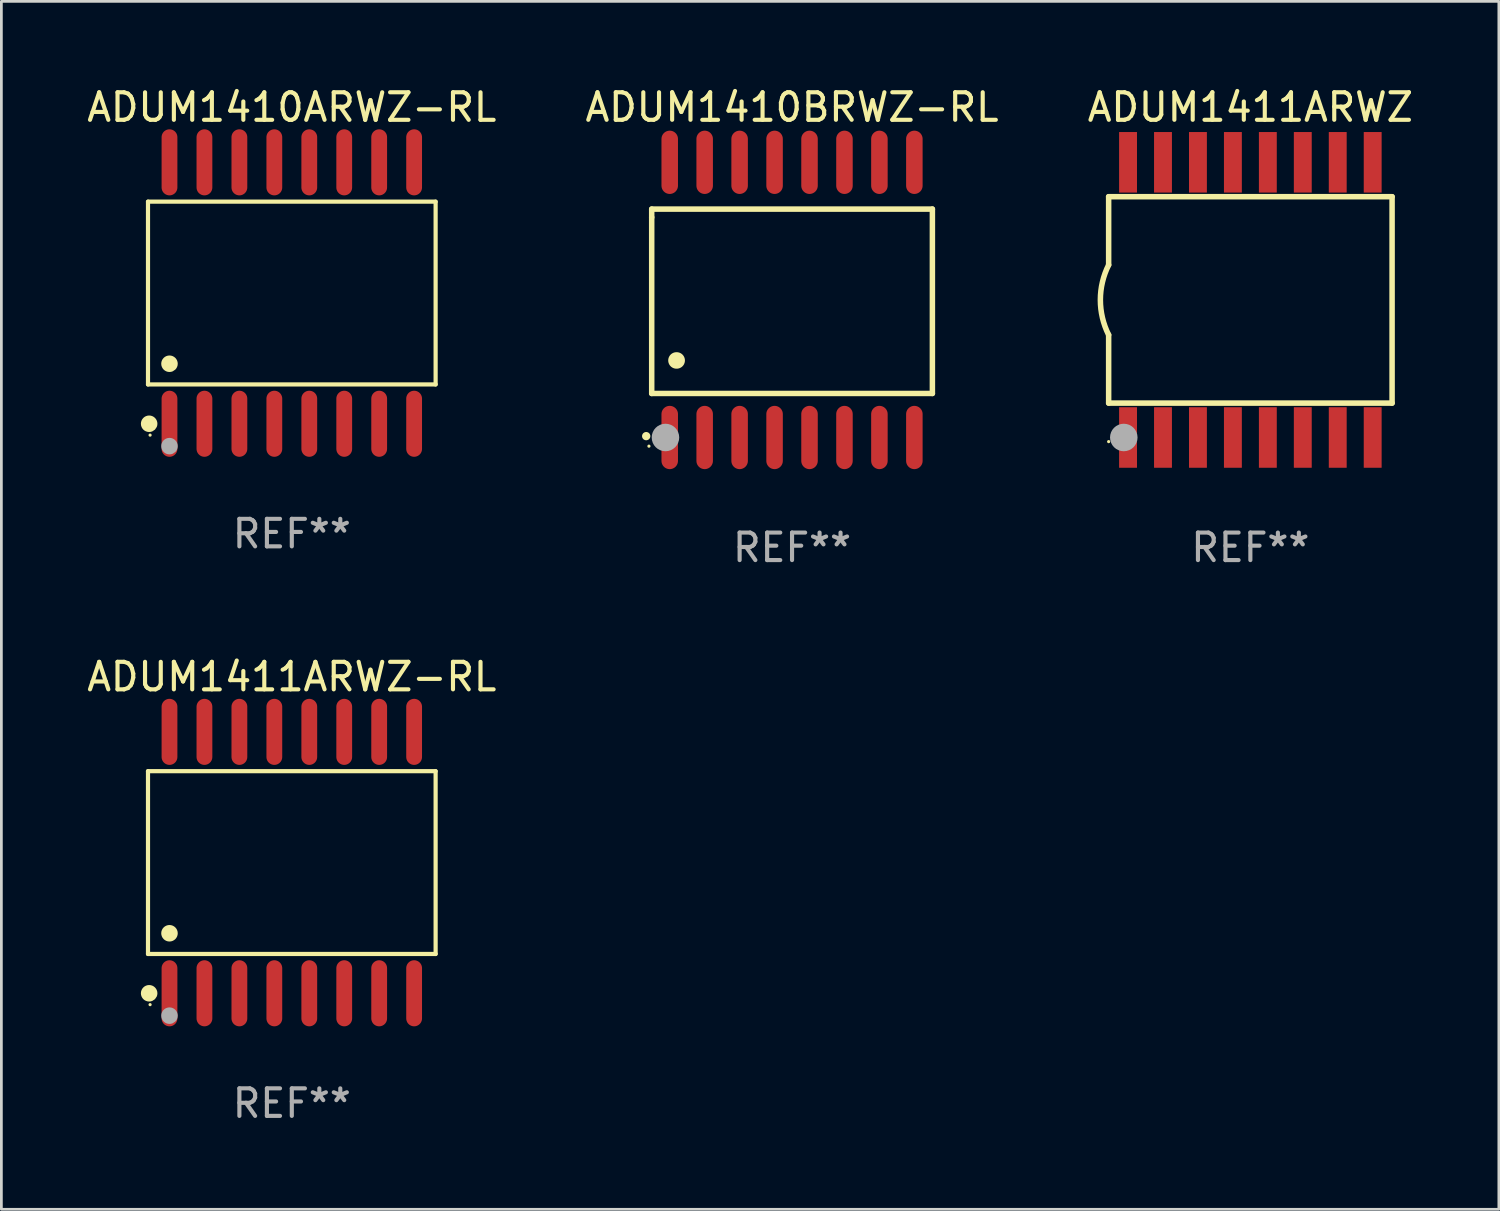
<source format=kicad_pcb>
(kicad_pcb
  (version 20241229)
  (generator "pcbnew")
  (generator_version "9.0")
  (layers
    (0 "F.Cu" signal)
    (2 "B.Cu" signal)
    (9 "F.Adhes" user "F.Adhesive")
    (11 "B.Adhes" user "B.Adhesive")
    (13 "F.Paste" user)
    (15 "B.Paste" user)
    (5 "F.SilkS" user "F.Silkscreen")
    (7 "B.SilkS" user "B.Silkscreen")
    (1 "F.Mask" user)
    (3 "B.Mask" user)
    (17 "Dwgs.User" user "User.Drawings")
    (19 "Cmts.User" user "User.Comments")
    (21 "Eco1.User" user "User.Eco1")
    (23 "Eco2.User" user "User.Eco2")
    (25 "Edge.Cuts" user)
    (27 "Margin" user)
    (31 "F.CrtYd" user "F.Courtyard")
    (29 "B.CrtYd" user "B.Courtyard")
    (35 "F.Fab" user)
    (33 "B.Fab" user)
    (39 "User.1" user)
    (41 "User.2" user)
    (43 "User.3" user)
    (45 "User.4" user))
  (footprint "ADUM1410BRWZ-RL"
    (layer "F.Cu")
    (at 25.732 7.848)
    (property "Reference" "ADUM1410BRWZ-RL" (at 0 -7 0) (layer "F.SilkS") (effects (font (size 1 1) (thickness 0.15))))
    (attr through_hole)
    (fp_line (start -5.1 -3.3) (end -5.1 -3) (stroke (width 0.2) (type solid)) (layer "F.SilkS"))
    (fp_line (start -5.1 -3) (end -5.1 3.4) (stroke (width 0.2) (type solid)) (layer "F.SilkS"))
    (fp_line (start -5.1 3.4) (end 5.1 3.4) (stroke (width 0.2) (type solid)) (layer "F.SilkS"))
    (fp_line (start 5.1 -3.3) (end -5.1 -3.3) (stroke (width 0.2) (type solid)) (layer "F.SilkS"))
    (fp_line (start 5.1 3.4) (end 5.1 -3.3) (stroke (width 0.2) (type solid)) (layer "F.SilkS"))
    (fp_arc (start -5.300991 4.950495) (mid -5.299721 4.95049) (end -5.298451 4.950495) (stroke (width 0.3) (type solid)) (layer "F.SilkS"))
    (fp_arc (start -4.2 2.200025) (mid -4.19619 2.200001) (end -4.19238 2.200025) (stroke (width 0.6) (type solid)) (layer "F.SilkS"))
    (fp_circle (center -5.2 5.315) (end -5.17 5.315) (stroke (width 0.06) (type solid)) (fill no) (layer "F.SilkS"))
    (fp_circle (center -4.6 5) (end -4.35 5) (stroke (width 0.5) (type solid)) (fill no) (layer "F.Fab"))
    (fp_text user "REF**" (at 0 9 0) (layer "F.Fab") (effects (font (size 1 1) (thickness 0.15))))
    (pad "1" smd oval (at -4.445 5 180) (size 0.6 2.3) (layers "F.Cu" "F.Mask" "F.Paste"))
    (pad "2" smd oval (at -3.175 5 180) (size 0.6 2.3) (layers "F.Cu" "F.Mask" "F.Paste"))
    (pad "3" smd oval (at -1.905 5 180) (size 0.6 2.3) (layers "F.Cu" "F.Mask" "F.Paste"))
    (pad "4" smd oval (at -0.635 5 180) (size 0.6 2.3) (layers "F.Cu" "F.Mask" "F.Paste"))
    (pad "5" smd oval (at 0.635 5 180) (size 0.6 2.3) (layers "F.Cu" "F.Mask" "F.Paste"))
    (pad "6" smd oval (at 1.905 5 180) (size 0.6 2.3) (layers "F.Cu" "F.Mask" "F.Paste"))
    (pad "7" smd oval (at 3.175 5 180) (size 0.6 2.3) (layers "F.Cu" "F.Mask" "F.Paste"))
    (pad "8" smd oval (at 4.445 5 180) (size 0.6 2.3) (layers "F.Cu" "F.Mask" "F.Paste"))
    (pad "9" smd oval (at 4.445 -5 180) (size 0.6 2.3) (layers "F.Cu" "F.Mask" "F.Paste"))
    (pad "10" smd oval (at 3.175 -5 180) (size 0.6 2.3) (layers "F.Cu" "F.Mask" "F.Paste"))
    (pad "11" smd oval (at 1.905 -5 180) (size 0.6 2.3) (layers "F.Cu" "F.Mask" "F.Paste"))
    (pad "12" smd oval (at 0.635 -5 180) (size 0.6 2.3) (layers "F.Cu" "F.Mask" "F.Paste"))
    (pad "13" smd oval (at -0.635 -5 180) (size 0.6 2.3) (layers "F.Cu" "F.Mask" "F.Paste"))
    (pad "14" smd oval (at -1.905 -5 180) (size 0.6 2.3) (layers "F.Cu" "F.Mask" "F.Paste"))
    (pad "15" smd oval (at -3.175 -5 180) (size 0.6 2.3) (layers "F.Cu" "F.Mask" "F.Paste"))
    (pad "16" smd oval (at -4.445 -5 180) (size 0.6 2.3) (layers "F.Cu" "F.Mask" "F.Paste")))
  (footprint "ADUM1411ARWZ"
    (layer "F.Cu")
    (at 42.387 7.848)
    (property "Reference" "ADUM1411ARWZ" (at 0 -7 0) (layer "F.SilkS") (effects (font (size 1 1) (thickness 0.15))))
    (attr through_hole)
    (fp_line (start -5.15 -3.75) (end -5.15 -1.27) (stroke (width 0.2) (type solid)) (layer "F.SilkS"))
    (fp_line (start -5.15 -3.75) (end 5.15 -3.75) (stroke (width 0.2) (type solid)) (layer "F.SilkS"))
    (fp_line (start -5.15 3.75) (end -5.15 1.27) (stroke (width 0.2) (type solid)) (layer "F.SilkS"))
    (fp_line (start 5.15 -3.75) (end 5.15 3.75) (stroke (width 0.2) (type solid)) (layer "F.SilkS"))
    (fp_line (start 5.15 3.75) (end -5.15 3.75) (stroke (width 0.2) (type solid)) (layer "F.SilkS"))
    (fp_arc (start -5.151131 1.270003) (mid -5.450556 -0.000132) (end -5.150013 -1.270003) (stroke (width 0.2) (type solid)) (layer "F.SilkS"))
    (fp_circle (center -5.15 5.15) (end -5.12 5.15) (stroke (width 0.06) (type solid)) (fill no) (layer "F.SilkS"))
    (fp_circle (center -4.6 5) (end -4.35 5) (stroke (width 0.5) (type solid)) (fill no) (layer "F.Fab"))
    (fp_text user "REF**" (at 0 9 0) (layer "F.Fab") (effects (font (size 1 1) (thickness 0.15))))
    (pad "1" smd rect (at -4.445 5) (size 0.65 2.2) (layers "F.Cu" "F.Mask" "F.Paste"))
    (pad "2" smd rect (at -3.175 5) (size 0.65 2.2) (layers "F.Cu" "F.Mask" "F.Paste"))
    (pad "3" smd rect (at -1.905 5) (size 0.65 2.2) (layers "F.Cu" "F.Mask" "F.Paste"))
    (pad "4" smd rect (at -0.635 5) (size 0.65 2.2) (layers "F.Cu" "F.Mask" "F.Paste"))
    (pad "5" smd rect (at 0.635 5) (size 0.65 2.2) (layers "F.Cu" "F.Mask" "F.Paste"))
    (pad "6" smd rect (at 1.905 5) (size 0.65 2.2) (layers "F.Cu" "F.Mask" "F.Paste"))
    (pad "7" smd rect (at 3.175 5) (size 0.65 2.2) (layers "F.Cu" "F.Mask" "F.Paste"))
    (pad "8" smd rect (at 4.445 5) (size 0.65 2.2) (layers "F.Cu" "F.Mask" "F.Paste"))
    (pad "9" smd rect (at 4.445 -5) (size 0.65 2.2) (layers "F.Cu" "F.Mask" "F.Paste"))
    (pad "10" smd rect (at 3.175 -5) (size 0.65 2.2) (layers "F.Cu" "F.Mask" "F.Paste"))
    (pad "11" smd rect (at 1.905 -5) (size 0.65 2.2) (layers "F.Cu" "F.Mask" "F.Paste"))
    (pad "12" smd rect (at 0.635 -5) (size 0.65 2.2) (layers "F.Cu" "F.Mask" "F.Paste"))
    (pad "13" smd rect (at -0.635 -5) (size 0.65 2.2) (layers "F.Cu" "F.Mask" "F.Paste"))
    (pad "14" smd rect (at -1.905 -5) (size 0.65 2.2) (layers "F.Cu" "F.Mask" "F.Paste"))
    (pad "15" smd rect (at -3.175 -5) (size 0.65 2.2) (layers "F.Cu" "F.Mask" "F.Paste"))
    (pad "16" smd rect (at -4.445 -5) (size 0.65 2.2) (layers "F.Cu" "F.Mask" "F.Paste")))
  (footprint "ADUM1410ARWZ-RL"
    (layer "F.Cu")
    (at 7.554 7.599)
    (property "Reference" "ADUM1410ARWZ-RL" (at 0 -6.75 0) (layer "F.SilkS") (effects (font (size 1 1) (thickness 0.15))))
    (attr through_hole)
    (fp_line (start -5.226 -3.321) (end 5.226 -3.321) (stroke (width 0.152) (type solid)) (layer "F.SilkS"))
    (fp_line (start -5.226 3.321) (end -5.226 -3.321) (stroke (width 0.152) (type solid)) (layer "F.SilkS"))
    (fp_line (start 5.226 -3.321) (end 5.226 3.321) (stroke (width 0.152) (type solid)) (layer "F.SilkS"))
    (fp_line (start 5.226 3.321) (end -5.226 3.321) (stroke (width 0.152) (type solid)) (layer "F.SilkS"))
    (fp_circle (center -5.184 4.75) (end -5.034 4.75) (stroke (width 0.3) (type solid)) (fill no) (layer "F.SilkS"))
    (fp_circle (center -5.15 5.163) (end -5.12 5.163) (stroke (width 0.06) (type solid)) (fill no) (layer "F.SilkS"))
    (fp_circle (center -4.445 2.569) (end -4.295 2.569) (stroke (width 0.3) (type solid)) (fill no) (layer "F.SilkS"))
    (fp_circle (center -4.445 5.563) (end -4.295 5.563) (stroke (width 0.3) (type solid)) (fill no) (layer "F.Fab"))
    (fp_text user "REF**" (at 0 8.75 0) (layer "F.Fab") (effects (font (size 1 1) (thickness 0.15))))
    (pad "1" smd oval (at -4.445 4.75) (size 0.574 2.401) (layers "F.Cu" "F.Mask" "F.Paste"))
    (pad "2" smd oval (at -3.175 4.75) (size 0.574 2.401) (layers "F.Cu" "F.Mask" "F.Paste"))
    (pad "3" smd oval (at -1.905 4.75) (size 0.574 2.401) (layers "F.Cu" "F.Mask" "F.Paste"))
    (pad "4" smd oval (at -0.635 4.75) (size 0.574 2.401) (layers "F.Cu" "F.Mask" "F.Paste"))
    (pad "5" smd oval (at 0.635 4.75) (size 0.574 2.401) (layers "F.Cu" "F.Mask" "F.Paste"))
    (pad "6" smd oval (at 1.905 4.75) (size 0.574 2.401) (layers "F.Cu" "F.Mask" "F.Paste"))
    (pad "7" smd oval (at 3.175 4.75) (size 0.574 2.401) (layers "F.Cu" "F.Mask" "F.Paste"))
    (pad "8" smd oval (at 4.445 4.75) (size 0.574 2.401) (layers "F.Cu" "F.Mask" "F.Paste"))
    (pad "9" smd oval (at 4.445 -4.75) (size 0.574 2.401) (layers "F.Cu" "F.Mask" "F.Paste"))
    (pad "10" smd oval (at 3.175 -4.75) (size 0.574 2.401) (layers "F.Cu" "F.Mask" "F.Paste"))
    (pad "11" smd oval (at 1.905 -4.75) (size 0.574 2.401) (layers "F.Cu" "F.Mask" "F.Paste"))
    (pad "12" smd oval (at 0.635 -4.75) (size 0.574 2.401) (layers "F.Cu" "F.Mask" "F.Paste"))
    (pad "13" smd oval (at -0.635 -4.75) (size 0.574 2.401) (layers "F.Cu" "F.Mask" "F.Paste"))
    (pad "14" smd oval (at -1.905 -4.75) (size 0.574 2.401) (layers "F.Cu" "F.Mask" "F.Paste"))
    (pad "15" smd oval (at -3.175 -4.75) (size 0.574 2.401) (layers "F.Cu" "F.Mask" "F.Paste"))
    (pad "16" smd oval (at -4.445 -4.75) (size 0.574 2.401) (layers "F.Cu" "F.Mask" "F.Paste")))
  (footprint "ADUM1411ARWZ-RL"
    (layer "F.Cu")
    (at 7.554 28.295)
    (property "Reference" "ADUM1411ARWZ-RL" (at 0 -6.75 0) (layer "F.SilkS") (effects (font (size 1 1) (thickness 0.15))))
    (attr through_hole)
    (fp_line (start -5.226 -3.321) (end 5.226 -3.321) (stroke (width 0.152) (type solid)) (layer "F.SilkS"))
    (fp_line (start -5.226 3.321) (end -5.226 -3.321) (stroke (width 0.152) (type solid)) (layer "F.SilkS"))
    (fp_line (start 5.226 -3.321) (end 5.226 3.321) (stroke (width 0.152) (type solid)) (layer "F.SilkS"))
    (fp_line (start 5.226 3.321) (end -5.226 3.321) (stroke (width 0.152) (type solid)) (layer "F.SilkS"))
    (fp_circle (center -5.184 4.75) (end -5.034 4.75) (stroke (width 0.3) (type solid)) (fill no) (layer "F.SilkS"))
    (fp_circle (center -5.15 5.163) (end -5.12 5.163) (stroke (width 0.06) (type solid)) (fill no) (layer "F.SilkS"))
    (fp_circle (center -4.445 2.569) (end -4.295 2.569) (stroke (width 0.3) (type solid)) (fill no) (layer "F.SilkS"))
    (fp_circle (center -4.445 5.563) (end -4.295 5.563) (stroke (width 0.3) (type solid)) (fill no) (layer "F.Fab"))
    (fp_text user "REF**" (at 0 8.75 0) (layer "F.Fab") (effects (font (size 1 1) (thickness 0.15))))
    (pad "1" smd oval (at -4.445 4.75) (size 0.574 2.401) (layers "F.Cu" "F.Mask" "F.Paste"))
    (pad "2" smd oval (at -3.175 4.75) (size 0.574 2.401) (layers "F.Cu" "F.Mask" "F.Paste"))
    (pad "3" smd oval (at -1.905 4.75) (size 0.574 2.401) (layers "F.Cu" "F.Mask" "F.Paste"))
    (pad "4" smd oval (at -0.635 4.75) (size 0.574 2.401) (layers "F.Cu" "F.Mask" "F.Paste"))
    (pad "5" smd oval (at 0.635 4.75) (size 0.574 2.401) (layers "F.Cu" "F.Mask" "F.Paste"))
    (pad "6" smd oval (at 1.905 4.75) (size 0.574 2.401) (layers "F.Cu" "F.Mask" "F.Paste"))
    (pad "7" smd oval (at 3.175 4.75) (size 0.574 2.401) (layers "F.Cu" "F.Mask" "F.Paste"))
    (pad "8" smd oval (at 4.445 4.75) (size 0.574 2.401) (layers "F.Cu" "F.Mask" "F.Paste"))
    (pad "9" smd oval (at 4.445 -4.75) (size 0.574 2.401) (layers "F.Cu" "F.Mask" "F.Paste"))
    (pad "10" smd oval (at 3.175 -4.75) (size 0.574 2.401) (layers "F.Cu" "F.Mask" "F.Paste"))
    (pad "11" smd oval (at 1.905 -4.75) (size 0.574 2.401) (layers "F.Cu" "F.Mask" "F.Paste"))
    (pad "12" smd oval (at 0.635 -4.75) (size 0.574 2.401) (layers "F.Cu" "F.Mask" "F.Paste"))
    (pad "13" smd oval (at -0.635 -4.75) (size 0.574 2.401) (layers "F.Cu" "F.Mask" "F.Paste"))
    (pad "14" smd oval (at -1.905 -4.75) (size 0.574 2.401) (layers "F.Cu" "F.Mask" "F.Paste"))
    (pad "15" smd oval (at -3.175 -4.75) (size 0.574 2.401) (layers "F.Cu" "F.Mask" "F.Paste"))
    (pad "16" smd oval (at -4.445 -4.75) (size 0.574 2.401) (layers "F.Cu" "F.Mask" "F.Paste")))
  (gr_rect
    (start -3 -3)
    (end 51.417 40.894)
    (stroke (width 0.1) (type default))
    (fill no)
    (layer "Edge.Cuts")))
</source>
